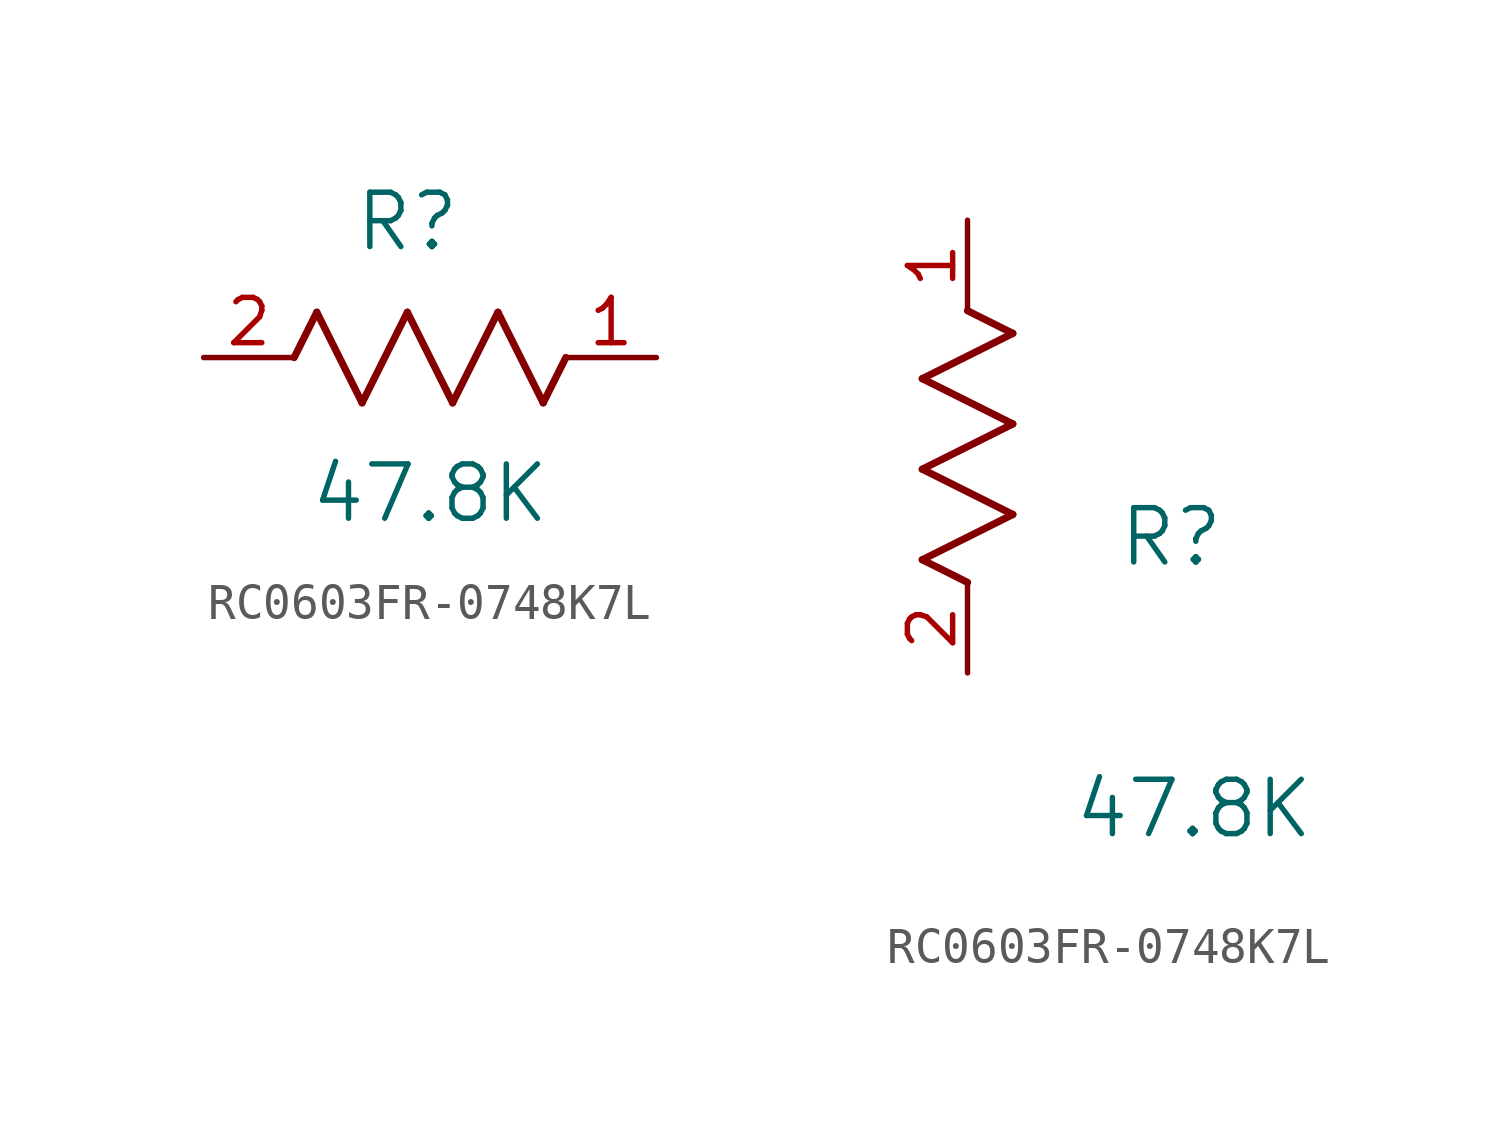
<source format=kicad_sym>
(kicad_symbol_lib
  (version 20231120)
  (generator "kicad_symbol_editor")
  (generator_version "8.0")
  (symbol "RC0603FR-0748K7L"
    (pin_names
      (offset 0.254))
    (property "Reference" "R"
      (at 5.715 3.81 0)
      (effects (font (size 1.524 1.524))))
    (property "Value" "47.8K"
      (at 6.35 -3.81 0)
      (effects (font (size 1.524 1.524))))
    (symbol "RC0603FR-0748K7L_1_1"
      (polyline (pts (xy 2.54 0) (xy 3.175 1.27)) (stroke (width 0.203) (type default)) (fill (type none)))
      (polyline (pts (xy 3.175 1.27) (xy 4.445 -1.27)) (stroke (width 0.203) (type default)) (fill (type none)))
      (polyline (pts (xy 4.445 -1.27) (xy 5.715 1.27)) (stroke (width 0.203) (type default)) (fill (type none)))
      (polyline (pts (xy 5.715 1.27) (xy 6.985 -1.27)) (stroke (width 0.203) (type default)) (fill (type none)))
      (polyline (pts (xy 6.985 -1.27) (xy 8.255 1.27)) (stroke (width 0.203) (type default)) (fill (type none)))
      (polyline (pts (xy 8.255 1.27) (xy 9.525 -1.27)) (stroke (width 0.203) (type default)) (fill (type none)))
      (polyline (pts (xy 9.525 -1.27) (xy 10.16 0)) (stroke (width 0.203) (type default)) (fill (type none)))
      (pin unspecified line (at 12.7 0 180) (length 2.54) (name "" (effects (font (size 1.27 1.27)))) (number "1" (effects (font (size 1.27 1.27)))))
      (pin unspecified line (at 0 0 0) (length 2.54) (name "" (effects (font (size 1.27 1.27)))) (number "2" (effects (font (size 1.27 1.27))))))
    (symbol "RC0603FR-0748K7L_1_2"
      (polyline (pts (xy -1.27 3.175) (xy 1.27 4.445)) (stroke (width 0.203) (type default)) (fill (type none)))
      (polyline (pts (xy -1.27 5.715) (xy 1.27 6.985)) (stroke (width 0.203) (type default)) (fill (type none)))
      (polyline (pts (xy -1.27 8.255) (xy 1.27 9.525)) (stroke (width 0.203) (type default)) (fill (type none)))
      (polyline (pts (xy 0 2.54) (xy -1.27 3.175)) (stroke (width 0.203) (type default)) (fill (type none)))
      (polyline (pts (xy 1.27 4.445) (xy -1.27 5.715)) (stroke (width 0.203) (type default)) (fill (type none)))
      (polyline (pts (xy 1.27 6.985) (xy -1.27 8.255)) (stroke (width 0.203) (type default)) (fill (type none)))
      (polyline (pts (xy 1.27 9.525) (xy 0 10.16)) (stroke (width 0.203) (type default)) (fill (type none)))
      (pin unspecified line (at 0 12.7 270) (length 2.54) (name "" (effects (font (size 1.27 1.27)))) (number "1" (effects (font (size 1.27 1.27)))))
      (pin unspecified line (at 0 0 90) (length 2.54) (name "" (effects (font (size 1.27 1.27)))) (number "2" (effects (font (size 1.27 1.27))))))))
</source>
